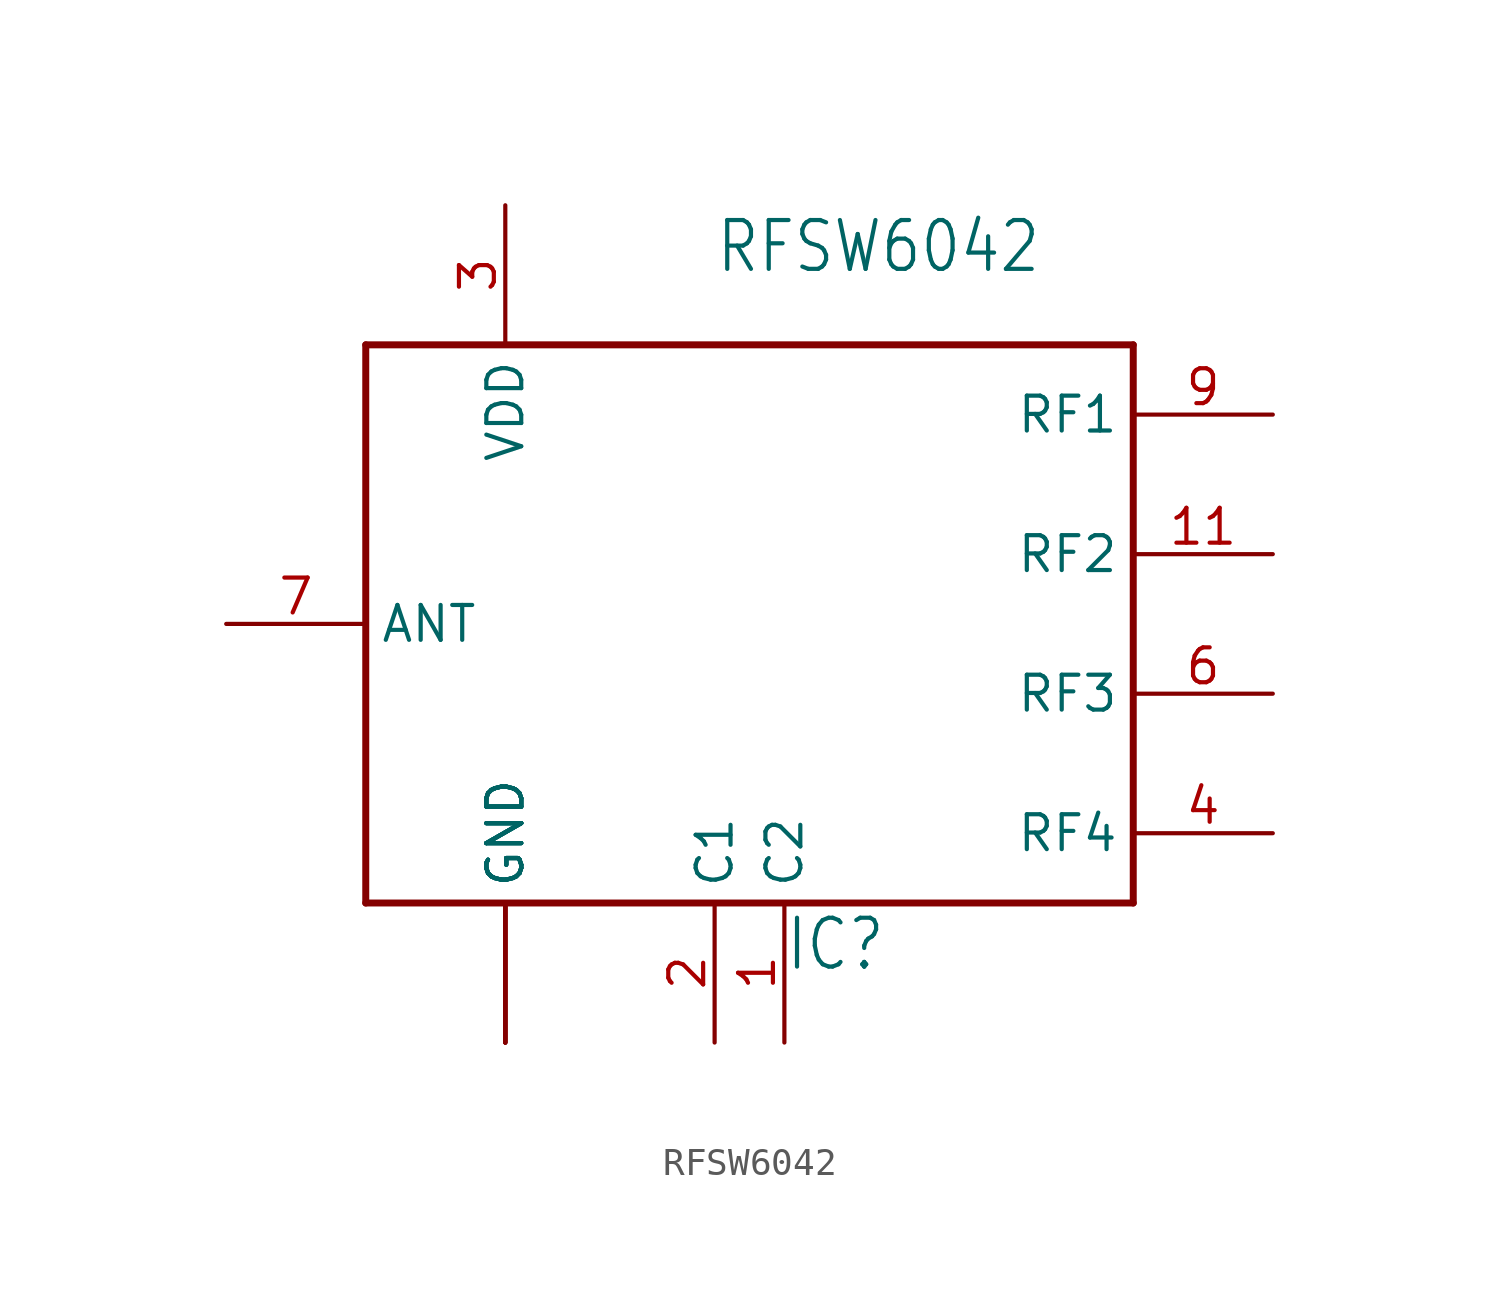
<source format=kicad_sym>
(kicad_symbol_lib
  (version 20201005)
  (generator kicad_symbol_editor)
  (symbol "RFSW6042"
    (property "Reference" "IC"
      (at 5.08 -12.7 0)
      (effects (font (size 1.778 1.511)) (justify left bottom)))
    (property "Value" "RFSW6042"
      (at 2.54 12.7 0)
      (effects (font (size 1.778 1.511)) (justify left bottom)))
    (property "ki_locked" ""
      (at 0 0 0)
      (effects (font (size 1.27 1.27))))
    (symbol "RFSW6042_1_0"
      (polyline (pts (xy -10.16 -10.16) (xy -10.16 10.16)) (stroke (width 0.254)) (fill (type none)))
      (polyline (pts (xy -10.16 10.16) (xy 17.78 10.16)) (stroke (width 0.254)) (fill (type none)))
      (polyline (pts (xy 17.78 -10.16) (xy -10.16 -10.16)) (stroke (width 0.254)) (fill (type none)))
      (polyline (pts (xy 17.78 10.16) (xy 17.78 -10.16)) (stroke (width 0.254)) (fill (type none)))
      (pin bidirectional line (at 5.08 -15.24 90) (length 5.08) (name "C2" (effects (font (size 1.27 1.27)))) (number "1" (effects (font (size 1.27 1.27)))))
      (pin bidirectional line (at -5.08 -15.24 90) (length 5.08) (name "GND" (effects (font (size 1.27 1.27)))) (number "10" (effects (font (size 0 0)))))
      (pin bidirectional line (at 22.86 2.54 180) (length 5.08) (name "RF2" (effects (font (size 1.27 1.27)))) (number "11" (effects (font (size 1.27 1.27)))))
      (pin bidirectional line (at -5.08 -15.24 90) (length 5.08) (name "GND" (effects (font (size 1.27 1.27)))) (number "12" (effects (font (size 0 0)))))
      (pin bidirectional line (at -5.08 -15.24 90) (length 5.08) (name "GND" (effects (font (size 1.27 1.27)))) (number "13" (effects (font (size 0 0)))))
      (pin bidirectional line (at 2.54 -15.24 90) (length 5.08) (name "C1" (effects (font (size 1.27 1.27)))) (number "2" (effects (font (size 1.27 1.27)))))
      (pin bidirectional line (at -5.08 15.24 270) (length 5.08) (name "VDD" (effects (font (size 1.27 1.27)))) (number "3" (effects (font (size 1.27 1.27)))))
      (pin bidirectional line (at 22.86 -7.62 180) (length 5.08) (name "RF4" (effects (font (size 1.27 1.27)))) (number "4" (effects (font (size 1.27 1.27)))))
      (pin bidirectional line (at -5.08 -15.24 90) (length 5.08) (name "GND" (effects (font (size 1.27 1.27)))) (number "5" (effects (font (size 0 0)))))
      (pin bidirectional line (at 22.86 -2.54 180) (length 5.08) (name "RF3" (effects (font (size 1.27 1.27)))) (number "6" (effects (font (size 1.27 1.27)))))
      (pin bidirectional line (at -15.24 0 0) (length 5.08) (name "ANT" (effects (font (size 1.27 1.27)))) (number "7" (effects (font (size 1.27 1.27)))))
      (pin bidirectional line (at -5.08 -15.24 90) (length 5.08) (name "GND" (effects (font (size 1.27 1.27)))) (number "8" (effects (font (size 0 0)))))
      (pin bidirectional line (at 22.86 7.62 180) (length 5.08) (name "RF1" (effects (font (size 1.27 1.27)))) (number "9" (effects (font (size 1.27 1.27))))))))
</source>
